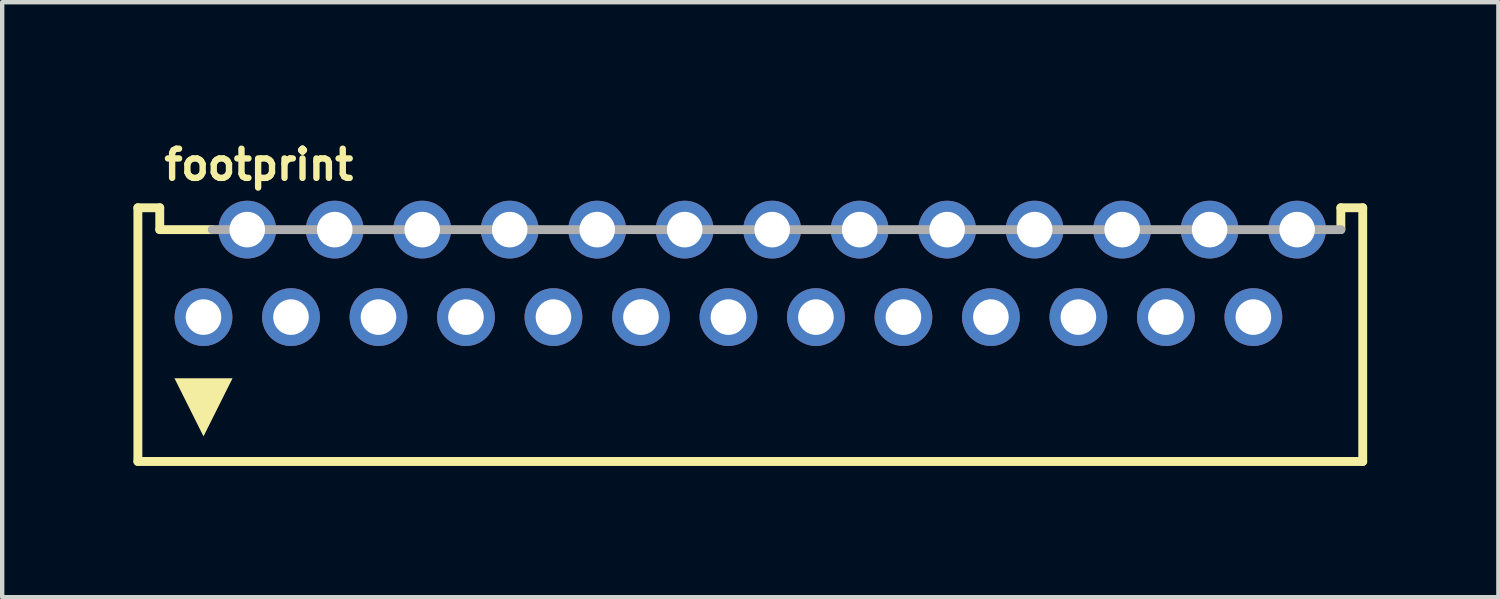
<source format=kicad_pcb>
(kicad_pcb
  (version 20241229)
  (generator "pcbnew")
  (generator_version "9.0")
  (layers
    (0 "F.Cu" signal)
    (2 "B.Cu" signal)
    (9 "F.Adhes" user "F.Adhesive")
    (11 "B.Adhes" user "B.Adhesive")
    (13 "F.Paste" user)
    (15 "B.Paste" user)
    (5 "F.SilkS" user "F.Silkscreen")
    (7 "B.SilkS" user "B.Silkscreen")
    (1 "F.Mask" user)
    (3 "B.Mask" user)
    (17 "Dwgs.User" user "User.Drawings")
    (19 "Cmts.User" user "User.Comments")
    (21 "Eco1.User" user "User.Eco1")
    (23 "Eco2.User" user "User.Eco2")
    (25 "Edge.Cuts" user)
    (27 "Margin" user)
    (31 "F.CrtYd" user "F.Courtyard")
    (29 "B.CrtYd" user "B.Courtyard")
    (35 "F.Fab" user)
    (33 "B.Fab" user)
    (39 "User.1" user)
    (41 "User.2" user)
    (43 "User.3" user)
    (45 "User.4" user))
  (footprint "footprint"
    (layer "F.Cu")
    (at 14.102 4.199)
    (property "Reference" "footprint" (at -13.472 -3.094 0) (layer "F.SilkS") (effects (font (size 0.666 0.666) (thickness 0.146)) (justify left bottom)))
    (fp_line (start -14 -2.5) (end -14 3.3) (stroke (width 0.203) (type solid)) (layer "F.SilkS"))
    (fp_line (start -14 3.3) (end 14 3.3) (stroke (width 0.203) (type solid)) (layer "F.SilkS"))
    (fp_line (start -13.5 -2.5) (end -14 -2.5) (stroke (width 0.203) (type solid)) (layer "F.SilkS"))
    (fp_line (start -13.5 -2) (end -13.5 -2.5) (stroke (width 0.203) (type solid)) (layer "F.SilkS"))
    (fp_line (start -13.5 -2) (end -12.3 -2) (stroke (width 0.203) (type solid)) (layer "F.SilkS"))
    (fp_line (start 13.5 -2.5) (end 14 -2.5) (stroke (width 0.203) (type solid)) (layer "F.SilkS"))
    (fp_line (start 13.5 -2) (end 13.5 -2.5) (stroke (width 0.203) (type solid)) (layer "F.SilkS"))
    (fp_line (start 14 -2.5) (end 14 3.3) (stroke (width 0.203) (type solid)) (layer "F.SilkS"))
    (fp_poly (pts (xy -12.5 2.727) (xy -13.164 1.398) (xy -11.836 1.398)) (stroke (width 0) (type solid)) (fill yes) (layer "F.SilkS"))
    (fp_line (start -12.3 -2) (end 13.5 -2) (stroke (width 0.203) (type solid)) (layer "F.Fab"))
    (pad "1" thru_hole circle (at -12.5 0) (size 1.321 1.321) (drill 0.813) (layers "*.Cu" "*.Mask"))
    (pad "2" thru_hole circle (at -11.5 -2) (size 1.321 1.321) (drill 0.813) (layers "*.Cu" "*.Mask"))
    (pad "3" thru_hole circle (at -10.5 0) (size 1.321 1.321) (drill 0.813) (layers "*.Cu" "*.Mask"))
    (pad "4" thru_hole circle (at -9.5 -2) (size 1.321 1.321) (drill 0.813) (layers "*.Cu" "*.Mask"))
    (pad "5" thru_hole circle (at -8.5 0) (size 1.321 1.321) (drill 0.813) (layers "*.Cu" "*.Mask"))
    (pad "6" thru_hole circle (at -7.5 -2) (size 1.321 1.321) (drill 0.813) (layers "*.Cu" "*.Mask"))
    (pad "7" thru_hole circle (at -6.5 0) (size 1.321 1.321) (drill 0.813) (layers "*.Cu" "*.Mask"))
    (pad "8" thru_hole circle (at -5.5 -2) (size 1.321 1.321) (drill 0.813) (layers "*.Cu" "*.Mask"))
    (pad "9" thru_hole circle (at -4.5 0) (size 1.321 1.321) (drill 0.813) (layers "*.Cu" "*.Mask"))
    (pad "10" thru_hole circle (at -3.5 -2) (size 1.321 1.321) (drill 0.813) (layers "*.Cu" "*.Mask"))
    (pad "11" thru_hole circle (at -2.5 0) (size 1.321 1.321) (drill 0.813) (layers "*.Cu" "*.Mask"))
    (pad "12" thru_hole circle (at -1.5 -2) (size 1.321 1.321) (drill 0.813) (layers "*.Cu" "*.Mask"))
    (pad "13" thru_hole circle (at -0.5 0) (size 1.321 1.321) (drill 0.813) (layers "*.Cu" "*.Mask"))
    (pad "14" thru_hole circle (at 0.5 -2) (size 1.321 1.321) (drill 0.813) (layers "*.Cu" "*.Mask"))
    (pad "15" thru_hole circle (at 1.5 0) (size 1.321 1.321) (drill 0.813) (layers "*.Cu" "*.Mask"))
    (pad "16" thru_hole circle (at 2.5 -2) (size 1.321 1.321) (drill 0.813) (layers "*.Cu" "*.Mask"))
    (pad "17" thru_hole circle (at 3.5 0) (size 1.321 1.321) (drill 0.813) (layers "*.Cu" "*.Mask"))
    (pad "18" thru_hole circle (at 4.5 -2) (size 1.321 1.321) (drill 0.813) (layers "*.Cu" "*.Mask"))
    (pad "19" thru_hole circle (at 5.5 0) (size 1.321 1.321) (drill 0.813) (layers "*.Cu" "*.Mask"))
    (pad "20" thru_hole circle (at 6.5 -2) (size 1.321 1.321) (drill 0.813) (layers "*.Cu" "*.Mask"))
    (pad "21" thru_hole circle (at 7.5 0) (size 1.321 1.321) (drill 0.813) (layers "*.Cu" "*.Mask"))
    (pad "22" thru_hole circle (at 8.5 -2) (size 1.321 1.321) (drill 0.813) (layers "*.Cu" "*.Mask"))
    (pad "23" thru_hole circle (at 9.5 0) (size 1.321 1.321) (drill 0.813) (layers "*.Cu" "*.Mask"))
    (pad "24" thru_hole circle (at 10.5 -2) (size 1.321 1.321) (drill 0.813) (layers "*.Cu" "*.Mask"))
    (pad "25" thru_hole circle (at 11.5 0) (size 1.321 1.321) (drill 0.813) (layers "*.Cu" "*.Mask"))
    (pad "26" thru_hole circle (at 12.5 -2) (size 1.321 1.321) (drill 0.813) (layers "*.Cu" "*.Mask")))
  (gr_rect
    (start -3 -3)
    (end 31.203 10.601)
    (stroke (width 0.1) (type default))
    (fill no)
    (layer "Edge.Cuts")))
</source>
